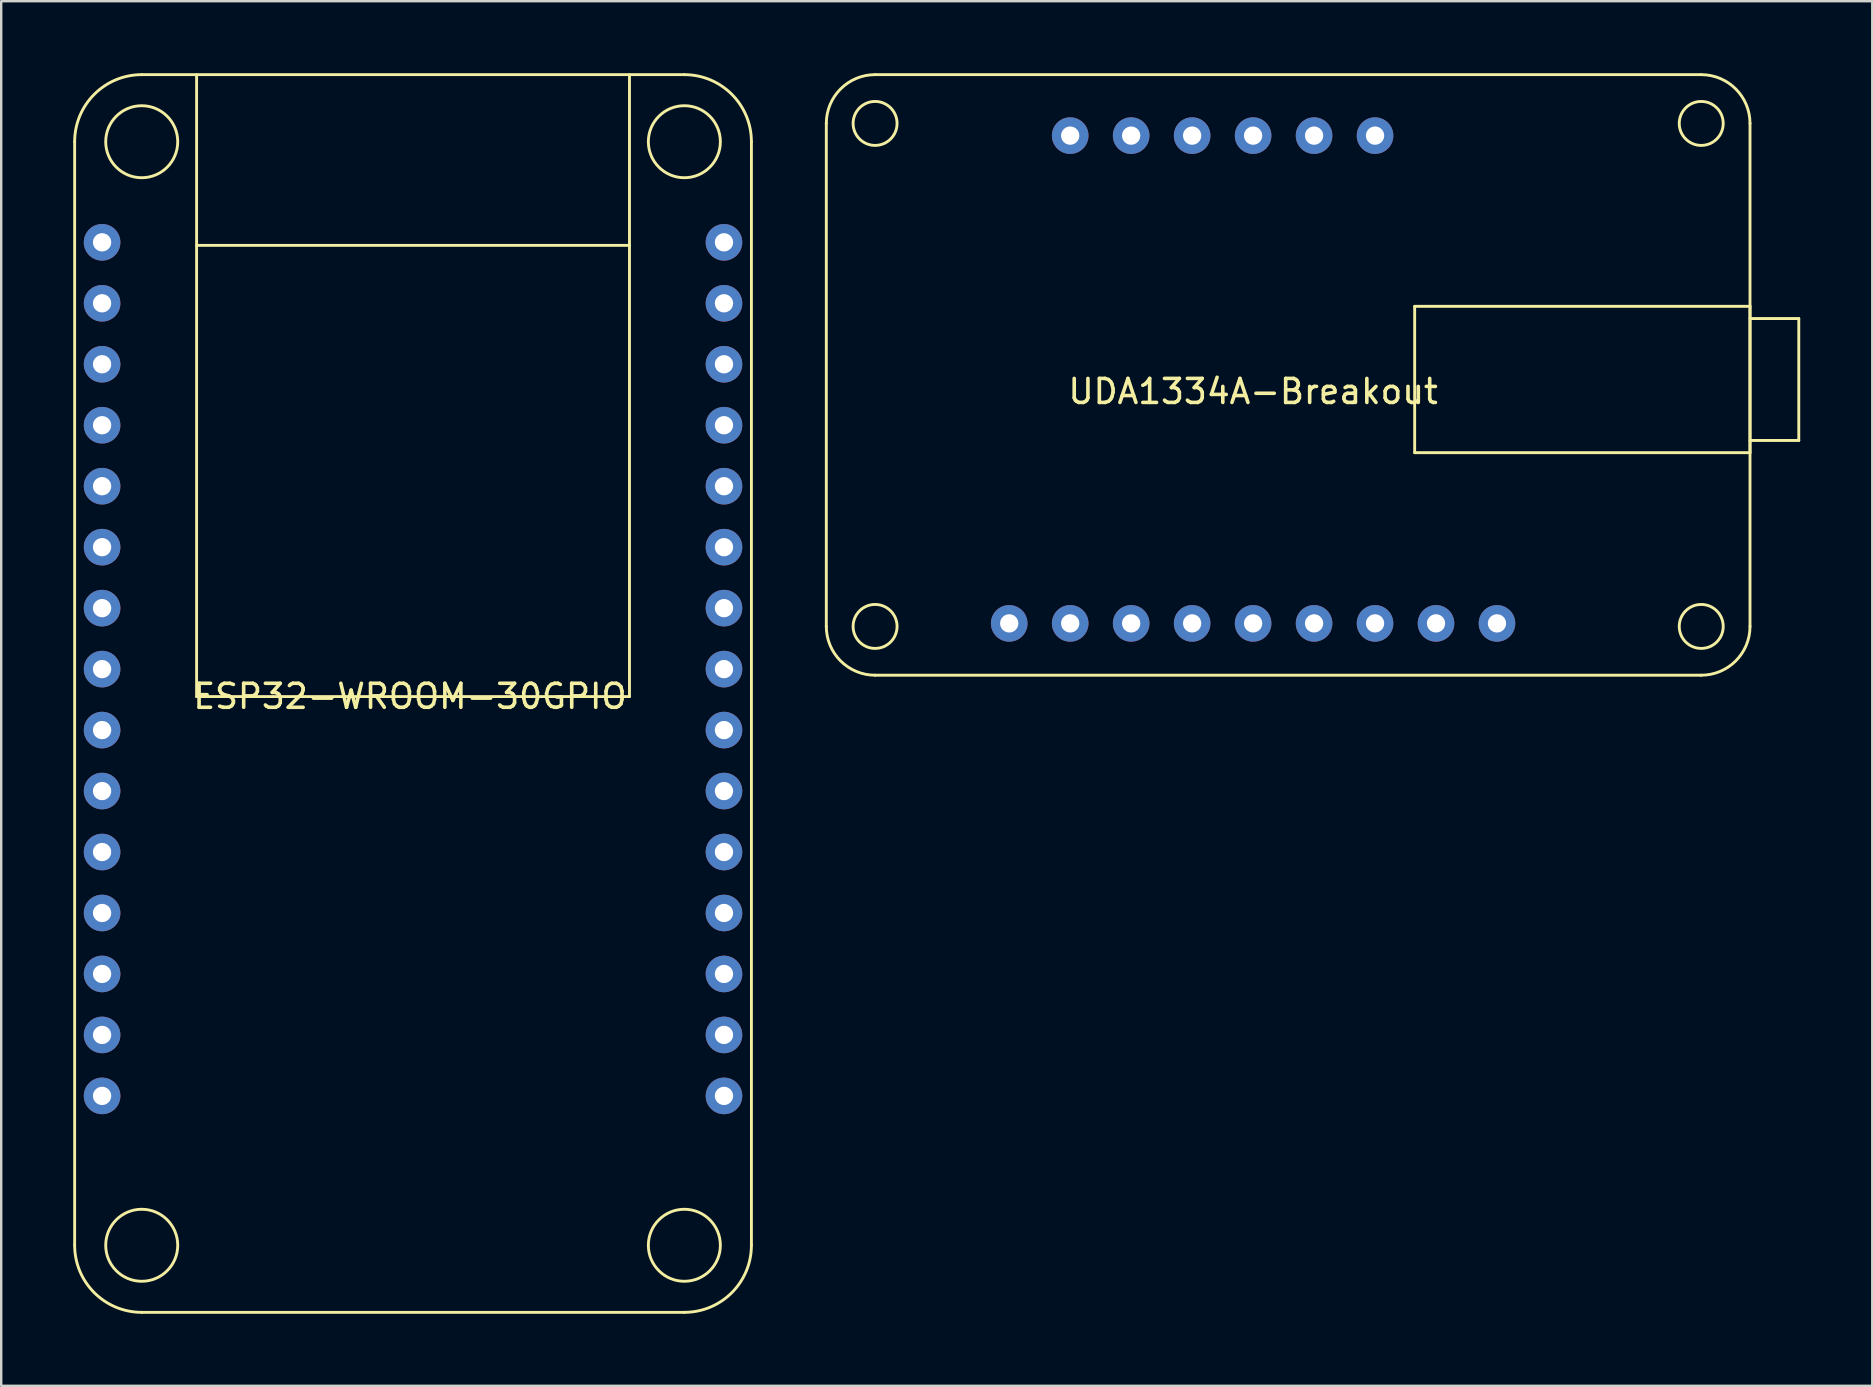
<source format=kicad_pcb>
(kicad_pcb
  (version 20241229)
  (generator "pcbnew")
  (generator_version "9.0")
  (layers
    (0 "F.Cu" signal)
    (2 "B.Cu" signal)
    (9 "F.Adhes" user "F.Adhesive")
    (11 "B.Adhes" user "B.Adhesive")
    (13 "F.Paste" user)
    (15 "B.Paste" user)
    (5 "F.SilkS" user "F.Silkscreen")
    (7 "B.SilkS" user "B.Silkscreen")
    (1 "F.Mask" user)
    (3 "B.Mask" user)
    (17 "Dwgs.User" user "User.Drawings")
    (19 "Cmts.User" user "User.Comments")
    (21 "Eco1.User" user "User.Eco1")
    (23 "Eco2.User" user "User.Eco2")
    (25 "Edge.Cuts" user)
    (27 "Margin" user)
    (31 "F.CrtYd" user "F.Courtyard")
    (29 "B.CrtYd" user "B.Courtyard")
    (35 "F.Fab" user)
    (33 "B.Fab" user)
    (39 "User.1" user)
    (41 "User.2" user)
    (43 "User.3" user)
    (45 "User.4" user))
  (footprint "ESP32-WROOM-30GPIO"
    (layer "F.Cu")
    (at 14.03 25.46)
    (property "Reference" "ESP32-WROOM-30GPIO" (at 0 0.5 0) (layer "F.SilkS") (effects (font (size 1 1) (thickness 0.15))))
    (attr through_hole)
    (fp_line (start -13.97 23.368) (end -13.97 -22.606) (stroke (width 0.12) (type solid)) (layer "F.SilkS"))
    (fp_line (start -11.176 -25.4) (end 11.43 -25.4) (stroke (width 0.12) (type solid)) (layer "F.SilkS"))
    (fp_line (start -8.89 -25.4) (end -8.89 0.508) (stroke (width 0.12) (type solid)) (layer "F.SilkS"))
    (fp_line (start -8.89 -18.288) (end 9.144 -18.288) (stroke (width 0.12) (type solid)) (layer "F.SilkS"))
    (fp_line (start -8.89 0.508) (end 9.144 0.508) (stroke (width 0.12) (type solid)) (layer "F.SilkS"))
    (fp_line (start 9.144 0.508) (end 9.144 -25.4) (stroke (width 0.12) (type solid)) (layer "F.SilkS"))
    (fp_line (start 11.43 26.162) (end -11.176 26.162) (stroke (width 0.12) (type solid)) (layer "F.SilkS"))
    (fp_line (start 14.224 -22.606) (end 14.224 23.368) (stroke (width 0.12) (type solid)) (layer "F.SilkS"))
    (fp_arc (start -13.97 -22.606) (mid -13.151656 -24.581656) (end -11.176 -25.4) (stroke (width 0.12) (type solid)) (layer "F.SilkS"))
    (fp_arc (start -11.176 26.162) (mid -13.151656 25.343656) (end -13.97 23.368) (stroke (width 0.12) (type solid)) (layer "F.SilkS"))
    (fp_arc (start 11.43 -25.4) (mid 13.405656 -24.581656) (end 14.224 -22.606) (stroke (width 0.12) (type solid)) (layer "F.SilkS"))
    (fp_arc (start 14.224 23.368) (mid 13.405656 25.343656) (end 11.43 26.162) (stroke (width 0.12) (type solid)) (layer "F.SilkS"))
    (fp_circle (center -11.176 -22.606) (end -9.676 -22.606) (stroke (width 0.12) (type solid)) (fill no) (layer "F.SilkS"))
    (fp_circle (center -11.176 23.368) (end -9.676 23.368) (stroke (width 0.12) (type solid)) (fill no) (layer "F.SilkS"))
    (fp_circle (center 11.43 -22.606) (end 12.93 -22.606) (stroke (width 0.12) (type solid)) (fill no) (layer "F.SilkS"))
    (fp_circle (center 11.43 23.368) (end 12.93 23.368) (stroke (width 0.12) (type solid)) (fill no) (layer "F.SilkS"))
    (pad "3V3" thru_hole circle (at 13.081 17.145) (size 1.524 1.524) (drill 0.762) (layers "*.Cu" "*.Mask"))
    (pad "EN" thru_hole circle (at -12.827 -18.415) (size 1.524 1.524) (drill 0.762) (layers "*.Cu" "*.Mask"))
    (pad "GND" thru_hole circle (at -12.827 14.605) (size 1.524 1.524) (drill 0.762) (layers "*.Cu" "*.Mask"))
    (pad "GND" thru_hole circle (at 13.081 14.605) (size 1.524 1.524) (drill 0.762) (layers "*.Cu" "*.Mask"))
    (pad "GPIO1" thru_hole circle (at 13.081 -13.335) (size 1.524 1.524) (drill 0.762) (layers "*.Cu" "*.Mask"))
    (pad "GPIO2" thru_hole circle (at 13.081 9.525) (size 1.524 1.524) (drill 0.762) (layers "*.Cu" "*.Mask"))
    (pad "GPIO3" thru_hole circle (at 13.081 -10.795) (size 1.524 1.524) (drill 0.762) (layers "*.Cu" "*.Mask"))
    (pad "GPIO4" thru_hole circle (at 13.081 6.985) (size 1.524 1.524) (drill 0.762) (layers "*.Cu" "*.Mask"))
    (pad "GPIO5" thru_hole circle (at 13.081 -0.635) (size 1.524 1.524) (drill 0.762) (layers "*.Cu" "*.Mask"))
    (pad "GPIO12" thru_hole circle (at -12.827 9.525) (size 1.524 1.524) (drill 0.762) (layers "*.Cu" "*.Mask"))
    (pad "GPIO13" thru_hole circle (at -12.827 12.065) (size 1.524 1.524) (drill 0.762) (layers "*.Cu" "*.Mask"))
    (pad "GPIO14" thru_hole circle (at -12.827 6.985) (size 1.524 1.524) (drill 0.762) (layers "*.Cu" "*.Mask"))
    (pad "GPIO15" thru_hole circle (at 13.081 12.065) (size 1.524 1.524) (drill 0.762) (layers "*.Cu" "*.Mask"))
    (pad "GPIO16" thru_hole circle (at 13.081 4.445) (size 1.524 1.524) (drill 0.762) (layers "*.Cu" "*.Mask"))
    (pad "GPIO17" thru_hole circle (at 13.081 1.905) (size 1.524 1.524) (drill 0.762) (layers "*.Cu" "*.Mask"))
    (pad "GPIO18" thru_hole circle (at 13.081 -3.175) (size 1.524 1.524) (drill 0.762) (layers "*.Cu" "*.Mask"))
    (pad "GPIO19" thru_hole circle (at 13.081 -5.715) (size 1.524 1.524) (drill 0.762) (layers "*.Cu" "*.Mask"))
    (pad "GPIO21" thru_hole circle (at 13.081 -8.255) (size 1.524 1.524) (drill 0.762) (layers "*.Cu" "*.Mask"))
    (pad "GPIO22" thru_hole circle (at 13.081 -15.875) (size 1.524 1.524) (drill 0.762) (layers "*.Cu" "*.Mask"))
    (pad "GPIO23" thru_hole circle (at 13.081 -18.415) (size 1.524 1.524) (drill 0.762) (layers "*.Cu" "*.Mask"))
    (pad "GPIO25" thru_hole circle (at -12.827 -0.635) (size 1.524 1.524) (drill 0.762) (layers "*.Cu" "*.Mask"))
    (pad "GPIO26" thru_hole circle (at -12.827 1.905) (size 1.524 1.524) (drill 0.762) (layers "*.Cu" "*.Mask"))
    (pad "GPIO27" thru_hole circle (at -12.827 4.445) (size 1.524 1.524) (drill 0.762) (layers "*.Cu" "*.Mask"))
    (pad "GPIO32" thru_hole circle (at -12.827 -5.715) (size 1.524 1.524) (drill 0.762) (layers "*.Cu" "*.Mask"))
    (pad "GPIO33" thru_hole circle (at -12.827 -3.175) (size 1.524 1.524) (drill 0.762) (layers "*.Cu" "*.Mask"))
    (pad "GPIO34" thru_hole circle (at -12.827 -10.795) (size 1.524 1.524) (drill 0.762) (layers "*.Cu" "*.Mask"))
    (pad "GPIO35" thru_hole circle (at -12.827 -8.255) (size 1.524 1.524) (drill 0.762) (layers "*.Cu" "*.Mask"))
    (pad "GPIO36" thru_hole circle (at -12.827 -15.875) (size 1.524 1.524) (drill 0.762) (layers "*.Cu" "*.Mask"))
    (pad "GPIO39" thru_hole circle (at -12.827 -13.335) (size 1.524 1.524) (drill 0.762) (layers "*.Cu" "*.Mask"))
    (pad "VIN" thru_hole circle (at -12.827 17.145) (size 1.524 1.524) (drill 0.762) (layers "*.Cu" "*.Mask")))
  (footprint "UDA1334A-Breakout"
    (layer "F.Cu")
    (at 49.154 12.76)
    (property "Reference" "UDA1334A-Breakout" (at 0 0.5 0) (layer "F.SilkS") (effects (font (size 1 1) (thickness 0.15))))
    (attr through_hole)
    (fp_line (start -17.78 10.287) (end -17.78 -10.668) (stroke (width 0.12) (type solid)) (layer "F.SilkS"))
    (fp_line (start -15.748 -12.7) (end 18.669 -12.7) (stroke (width 0.12) (type solid)) (layer "F.SilkS"))
    (fp_line (start 6.731 -3.048) (end 6.731 3.048) (stroke (width 0.12) (type solid)) (layer "F.SilkS"))
    (fp_line (start 18.669 12.319) (end -15.748 12.319) (stroke (width 0.12) (type solid)) (layer "F.SilkS"))
    (fp_line (start 20.701 -10.668) (end 20.701 10.287) (stroke (width 0.12) (type solid)) (layer "F.SilkS"))
    (fp_line (start 20.701 -3.048) (end 6.731 -3.048) (stroke (width 0.12) (type solid)) (layer "F.SilkS"))
    (fp_line (start 20.701 -3.048) (end 20.701 3.048) (stroke (width 0.12) (type solid)) (layer "F.SilkS"))
    (fp_line (start 20.701 3.048) (end 6.731 3.048) (stroke (width 0.12) (type solid)) (layer "F.SilkS"))
    (fp_line (start 22.733 -2.54) (end 20.701 -2.54) (stroke (width 0.12) (type solid)) (layer "F.SilkS"))
    (fp_line (start 22.733 -2.54) (end 22.733 2.54) (stroke (width 0.12) (type solid)) (layer "F.SilkS"))
    (fp_line (start 22.733 2.54) (end 20.701 2.54) (stroke (width 0.12) (type solid)) (layer "F.SilkS"))
    (fp_arc (start -17.78 -10.668) (mid -17.184841 -12.104841) (end -15.748 -12.7) (stroke (width 0.12) (type solid)) (layer "F.SilkS"))
    (fp_arc (start -15.748 12.319) (mid -17.184841 11.723841) (end -17.78 10.287) (stroke (width 0.12) (type solid)) (layer "F.SilkS"))
    (fp_arc (start 18.669 -12.7) (mid 20.105841 -12.104841) (end 20.701 -10.668) (stroke (width 0.12) (type solid)) (layer "F.SilkS"))
    (fp_arc (start 20.701 10.287) (mid 20.105841 11.723841) (end 18.669 12.319) (stroke (width 0.12) (type solid)) (layer "F.SilkS"))
    (fp_circle (center -15.748 -10.668) (end -15.24 -11.43) (stroke (width 0.12) (type solid)) (fill no) (layer "F.SilkS"))
    (fp_circle (center -15.748 10.287) (end -15.24 9.525) (stroke (width 0.12) (type solid)) (fill no) (layer "F.SilkS"))
    (fp_circle (center 18.669 -10.668) (end 19.177 -11.43) (stroke (width 0.12) (type solid)) (fill no) (layer "F.SilkS"))
    (fp_circle (center 18.669 10.287) (end 19.177 9.525) (stroke (width 0.12) (type solid)) (fill no) (layer "F.SilkS"))
    (pad "3V0" thru_hole circle (at -7.62 10.16) (size 1.524 1.524) (drill 0.762) (layers "*.Cu" "*.Mask"))
    (pad "AGND" thru_hole circle (at 7.62 10.16) (size 1.524 1.524) (drill 0.762) (layers "*.Cu" "*.Mask"))
    (pad "BCLK" thru_hole circle (at 2.54 10.16) (size 1.524 1.524) (drill 0.762) (layers "*.Cu" "*.Mask"))
    (pad "DEEM" thru_hole circle (at 5.08 -10.16) (size 1.524 1.524) (drill 0.762) (layers "*.Cu" "*.Mask"))
    (pad "DIN" thru_hole circle (at 0 10.16) (size 1.524 1.524) (drill 0.762) (layers "*.Cu" "*.Mask"))
    (pad "GND" thru_hole circle (at -5.08 10.16) (size 1.524 1.524) (drill 0.762) (layers "*.Cu" "*.Mask"))
    (pad "Lout" thru_hole circle (at 5.08 10.16) (size 1.524 1.524) (drill 0.762) (layers "*.Cu" "*.Mask"))
    (pad "MUTE" thru_hole circle (at -2.54 -10.16) (size 1.524 1.524) (drill 0.762) (layers "*.Cu" "*.Mask"))
    (pad "PLL" thru_hole circle (at 2.54 -10.16) (size 1.524 1.524) (drill 0.762) (layers "*.Cu" "*.Mask"))
    (pad "Rout" thru_hole circle (at 10.16 10.16) (size 1.524 1.524) (drill 0.762) (layers "*.Cu" "*.Mask"))
    (pad "SCLK" thru_hole circle (at -7.62 -10.16) (size 1.524 1.524) (drill 0.762) (layers "*.Cu" "*.Mask"))
    (pad "SF0" thru_hole circle (at 0 -10.16) (size 1.524 1.524) (drill 0.762) (layers "*.Cu" "*.Mask"))
    (pad "SF1" thru_hole circle (at -5.08 -10.16) (size 1.524 1.524) (drill 0.762) (layers "*.Cu" "*.Mask"))
    (pad "VIN" thru_hole circle (at -10.16 10.16) (size 1.524 1.524) (drill 0.762) (layers "*.Cu" "*.Mask"))
    (pad "WSEL" thru_hole circle (at -2.54 10.16) (size 1.524 1.524) (drill 0.762) (layers "*.Cu" "*.Mask")))
  (gr_rect
    (start -3 -3)
    (end 74.947 54.682)
    (stroke (width 0.1) (type default))
    (fill no)
    (layer "Edge.Cuts")))
</source>
